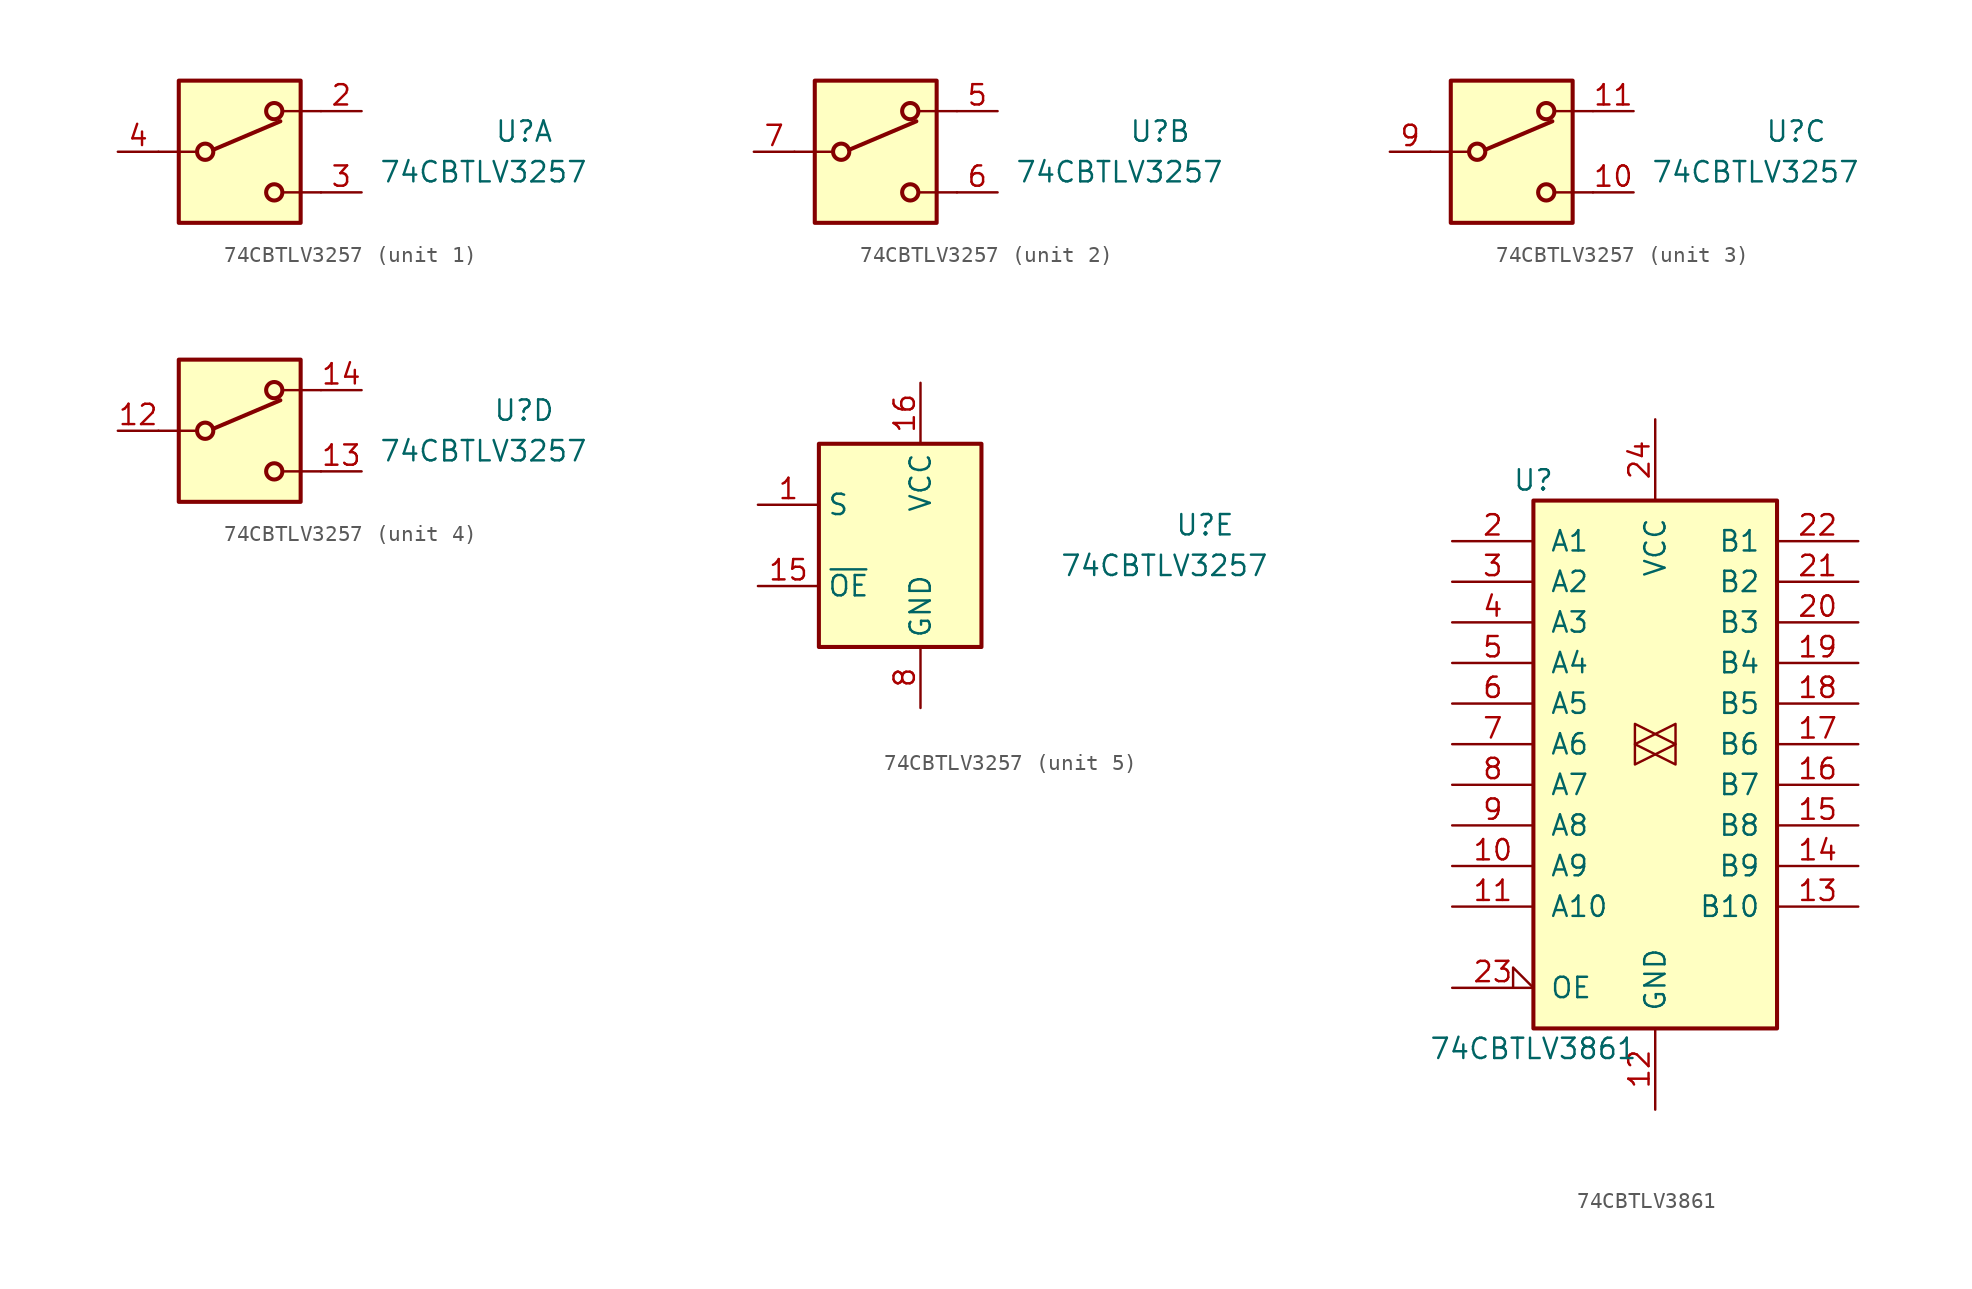
<source format=kicad_sym>
(kicad_symbol_lib
  (version 20241209)
  (generator "kicad_symbol_editor")
  (generator_version "9.0")
  (symbol "74CBTLV3257"
    (property "Reference" "U"
      (at 17.78 1.27 0)
      (effects (font (size 1.27 1.27))))
    (property "Value" "74CBTLV3257"
      (at 15.24 -1.27 0)
      (effects (font (size 1.27 1.27))))
    (property "ki_locked" ""
      (at 0 0 0)
      (effects (font (size 1.27 1.27))))
    (symbol "74CBTLV3257_1_1"
      (polyline (pts (xy -5.08 0) (xy -2.794 0)) (stroke (width 0) (type solid)) (fill (type none)))
      (rectangle (start -3.81 4.445) (end 3.81 -4.445) (stroke (width 0.254) (type solid)) (fill (type background)))
      (circle (center -2.159 0) (radius 0.508) (stroke (width 0.254) (type solid)) (fill (type none)))
      (polyline (pts (xy -1.651 0.127) (xy 2.54 1.905)) (stroke (width 0.254) (type solid)) (fill (type none)))
      (circle (center 2.159 2.54) (radius 0.508) (stroke (width 0.254) (type solid)) (fill (type none)))
      (circle (center 2.159 -2.54) (radius 0.508) (stroke (width 0.254) (type solid)) (fill (type none)))
      (polyline (pts (xy 5.08 2.54) (xy 2.794 2.54)) (stroke (width 0) (type solid)) (fill (type none)))
      (polyline (pts (xy 5.08 -2.54) (xy 2.794 -2.54)) (stroke (width 0) (type solid)) (fill (type none)))
      (pin passive line (at -7.62 0 0) (length 2.54) (name "~" (effects (font (size 1.27 1.27)))) (number "4" (effects (font (size 1.27 1.27)))))
      (pin passive line (at 7.62 2.54 180) (length 2.54) (name "~" (effects (font (size 1.27 1.27)))) (number "2" (effects (font (size 1.27 1.27)))))
      (pin passive line (at 7.62 -2.54 180) (length 2.54) (name "~" (effects (font (size 1.27 1.27)))) (number "3" (effects (font (size 1.27 1.27))))))
    (symbol "74CBTLV3257_2_1"
      (polyline (pts (xy -5.08 0) (xy -2.794 0)) (stroke (width 0) (type solid)) (fill (type none)))
      (rectangle (start -3.81 4.445) (end 3.81 -4.445) (stroke (width 0.254) (type solid)) (fill (type background)))
      (circle (center -2.159 0) (radius 0.508) (stroke (width 0.254) (type solid)) (fill (type none)))
      (polyline (pts (xy -1.651 0.127) (xy 2.54 1.905)) (stroke (width 0.254) (type solid)) (fill (type none)))
      (circle (center 2.159 2.54) (radius 0.508) (stroke (width 0.254) (type solid)) (fill (type none)))
      (circle (center 2.159 -2.54) (radius 0.508) (stroke (width 0.254) (type solid)) (fill (type none)))
      (polyline (pts (xy 5.08 2.54) (xy 2.794 2.54)) (stroke (width 0) (type solid)) (fill (type none)))
      (polyline (pts (xy 5.08 -2.54) (xy 2.794 -2.54)) (stroke (width 0) (type solid)) (fill (type none)))
      (pin passive line (at -7.62 0 0) (length 2.54) (name "~" (effects (font (size 1.27 1.27)))) (number "7" (effects (font (size 1.27 1.27)))))
      (pin passive line (at 7.62 2.54 180) (length 2.54) (name "~" (effects (font (size 1.27 1.27)))) (number "5" (effects (font (size 1.27 1.27)))))
      (pin passive line (at 7.62 -2.54 180) (length 2.54) (name "~" (effects (font (size 1.27 1.27)))) (number "6" (effects (font (size 1.27 1.27))))))
    (symbol "74CBTLV3257_3_1"
      (polyline (pts (xy -5.08 0) (xy -2.794 0)) (stroke (width 0) (type solid)) (fill (type none)))
      (rectangle (start -3.81 4.445) (end 3.81 -4.445) (stroke (width 0.254) (type solid)) (fill (type background)))
      (circle (center -2.159 0) (radius 0.508) (stroke (width 0.254) (type solid)) (fill (type none)))
      (polyline (pts (xy -1.651 0.127) (xy 2.54 1.905)) (stroke (width 0.254) (type solid)) (fill (type none)))
      (circle (center 2.159 2.54) (radius 0.508) (stroke (width 0.254) (type solid)) (fill (type none)))
      (circle (center 2.159 -2.54) (radius 0.508) (stroke (width 0.254) (type solid)) (fill (type none)))
      (polyline (pts (xy 5.08 2.54) (xy 2.794 2.54)) (stroke (width 0) (type solid)) (fill (type none)))
      (polyline (pts (xy 5.08 -2.54) (xy 2.794 -2.54)) (stroke (width 0) (type solid)) (fill (type none)))
      (pin passive line (at -7.62 0 0) (length 2.54) (name "~" (effects (font (size 1.27 1.27)))) (number "9" (effects (font (size 1.27 1.27)))))
      (pin passive line (at 7.62 2.54 180) (length 2.54) (name "~" (effects (font (size 1.27 1.27)))) (number "11" (effects (font (size 1.27 1.27)))))
      (pin passive line (at 7.62 -2.54 180) (length 2.54) (name "~" (effects (font (size 1.27 1.27)))) (number "10" (effects (font (size 1.27 1.27))))))
    (symbol "74CBTLV3257_4_1"
      (polyline (pts (xy -5.08 0) (xy -2.794 0)) (stroke (width 0) (type solid)) (fill (type none)))
      (rectangle (start -3.81 4.445) (end 3.81 -4.445) (stroke (width 0.254) (type solid)) (fill (type background)))
      (circle (center -2.159 0) (radius 0.508) (stroke (width 0.254) (type solid)) (fill (type none)))
      (polyline (pts (xy -1.651 0.127) (xy 2.54 1.905)) (stroke (width 0.254) (type solid)) (fill (type none)))
      (circle (center 2.159 2.54) (radius 0.508) (stroke (width 0.254) (type solid)) (fill (type none)))
      (circle (center 2.159 -2.54) (radius 0.508) (stroke (width 0.254) (type solid)) (fill (type none)))
      (polyline (pts (xy 5.08 2.54) (xy 2.794 2.54)) (stroke (width 0) (type solid)) (fill (type none)))
      (polyline (pts (xy 5.08 -2.54) (xy 2.794 -2.54)) (stroke (width 0) (type solid)) (fill (type none)))
      (pin passive line (at -7.62 0 0) (length 2.54) (name "~" (effects (font (size 1.27 1.27)))) (number "12" (effects (font (size 1.27 1.27)))))
      (pin passive line (at 7.62 2.54 180) (length 2.54) (name "~" (effects (font (size 1.27 1.27)))) (number "14" (effects (font (size 1.27 1.27)))))
      (pin passive line (at 7.62 -2.54 180) (length 2.54) (name "~" (effects (font (size 1.27 1.27)))) (number "13" (effects (font (size 1.27 1.27))))))
    (symbol "74CBTLV3257_5_1"
      (rectangle (start 3.81 6.35) (end -6.35 -6.35) (stroke (width 0.254) (type solid)) (fill (type background)))
      (pin input line (at -10.16 2.54 0) (length 3.81) (name "S" (effects (font (size 1.27 1.27)))) (number "1" (effects (font (size 1.27 1.27)))))
      (pin input line (at -10.16 -2.54 0) (length 3.81) (name "~{OE}" (effects (font (size 1.27 1.27)))) (number "15" (effects (font (size 1.27 1.27)))))
      (pin power_in line (at 0 10.16 270) (length 3.81) (name "VCC" (effects (font (size 1.27 1.27)))) (number "16" (effects (font (size 1.27 1.27)))))
      (pin power_in line (at 0 -10.16 90) (length 3.81) (name "GND" (effects (font (size 1.27 1.27)))) (number "8" (effects (font (size 1.27 1.27)))))))
  (symbol "74CBTLV3861"
    (pin_names
      (offset 1.016))
    (property "Reference" "U"
      (at -7.62 16.51 0)
      (effects (font (size 1.27 1.27))))
    (property "Value" "74CBTLV3861"
      (at -7.62 -19.05 0)
      (effects (font (size 1.27 1.27))))
    (property "ki_locked" ""
      (at 0 0 0)
      (effects (font (size 1.27 1.27))))
    (symbol "74CBTLV3861_1_0"
      (polyline (pts (xy 1.27 1.27) (xy -1.27 0) (xy 1.27 -1.27) (xy 1.27 1.27)) (stroke (width 0) (type solid)) (fill (type none)))
      (polyline (pts (xy 1.27 0) (xy -1.27 1.27) (xy -1.27 -1.27) (xy 1.27 0)) (stroke (width 0.152) (type solid)) (fill (type none)))
      (pin bidirectional line (at -12.7 12.7 0) (length 5.08) (name "A1" (effects (font (size 1.27 1.27)))) (number "2" (effects (font (size 1.27 1.27)))))
      (pin bidirectional line (at -12.7 10.16 0) (length 5.08) (name "A2" (effects (font (size 1.27 1.27)))) (number "3" (effects (font (size 1.27 1.27)))))
      (pin bidirectional line (at -12.7 7.62 0) (length 5.08) (name "A3" (effects (font (size 1.27 1.27)))) (number "4" (effects (font (size 1.27 1.27)))))
      (pin bidirectional line (at -12.7 5.08 0) (length 5.08) (name "A4" (effects (font (size 1.27 1.27)))) (number "5" (effects (font (size 1.27 1.27)))))
      (pin bidirectional line (at -12.7 2.54 0) (length 5.08) (name "A5" (effects (font (size 1.27 1.27)))) (number "6" (effects (font (size 1.27 1.27)))))
      (pin bidirectional line (at -12.7 0 0) (length 5.08) (name "A6" (effects (font (size 1.27 1.27)))) (number "7" (effects (font (size 1.27 1.27)))))
      (pin bidirectional line (at -12.7 -2.54 0) (length 5.08) (name "A7" (effects (font (size 1.27 1.27)))) (number "8" (effects (font (size 1.27 1.27)))))
      (pin bidirectional line (at -12.7 -5.08 0) (length 5.08) (name "A8" (effects (font (size 1.27 1.27)))) (number "9" (effects (font (size 1.27 1.27)))))
      (pin bidirectional line (at -12.7 -7.62 0) (length 5.08) (name "A9" (effects (font (size 1.27 1.27)))) (number "10" (effects (font (size 1.27 1.27)))))
      (pin bidirectional line (at -12.7 -10.16 0) (length 5.08) (name "A10" (effects (font (size 1.27 1.27)))) (number "11" (effects (font (size 1.27 1.27)))))
      (pin input input_low (at -12.7 -15.24 0) (length 5.08) (name "OE" (effects (font (size 1.27 1.27)))) (number "23" (effects (font (size 1.27 1.27)))))
      (pin power_in line (at 0 20.32 270) (length 5.08) (name "VCC" (effects (font (size 1.27 1.27)))) (number "24" (effects (font (size 1.27 1.27)))))
      (pin power_in line (at 0 -22.86 90) (length 5.08) (name "GND" (effects (font (size 1.27 1.27)))) (number "12" (effects (font (size 1.27 1.27)))))
      (pin bidirectional line (at 12.7 12.7 180) (length 5.08) (name "B1" (effects (font (size 1.27 1.27)))) (number "22" (effects (font (size 1.27 1.27)))))
      (pin bidirectional line (at 12.7 10.16 180) (length 5.08) (name "B2" (effects (font (size 1.27 1.27)))) (number "21" (effects (font (size 1.27 1.27)))))
      (pin bidirectional line (at 12.7 7.62 180) (length 5.08) (name "B3" (effects (font (size 1.27 1.27)))) (number "20" (effects (font (size 1.27 1.27)))))
      (pin bidirectional line (at 12.7 5.08 180) (length 5.08) (name "B4" (effects (font (size 1.27 1.27)))) (number "19" (effects (font (size 1.27 1.27)))))
      (pin bidirectional line (at 12.7 2.54 180) (length 5.08) (name "B5" (effects (font (size 1.27 1.27)))) (number "18" (effects (font (size 1.27 1.27)))))
      (pin bidirectional line (at 12.7 0 180) (length 5.08) (name "B6" (effects (font (size 1.27 1.27)))) (number "17" (effects (font (size 1.27 1.27)))))
      (pin bidirectional line (at 12.7 -2.54 180) (length 5.08) (name "B7" (effects (font (size 1.27 1.27)))) (number "16" (effects (font (size 1.27 1.27)))))
      (pin bidirectional line (at 12.7 -5.08 180) (length 5.08) (name "B8" (effects (font (size 1.27 1.27)))) (number "15" (effects (font (size 1.27 1.27)))))
      (pin bidirectional line (at 12.7 -7.62 180) (length 5.08) (name "B9" (effects (font (size 1.27 1.27)))) (number "14" (effects (font (size 1.27 1.27)))))
      (pin bidirectional line (at 12.7 -10.16 180) (length 5.08) (name "B10" (effects (font (size 1.27 1.27)))) (number "13" (effects (font (size 1.27 1.27))))))
    (symbol "74CBTLV3861_1_1"
      (rectangle (start -7.62 15.24) (end 7.62 -17.78) (stroke (width 0.254) (type solid)) (fill (type background))))))
</source>
